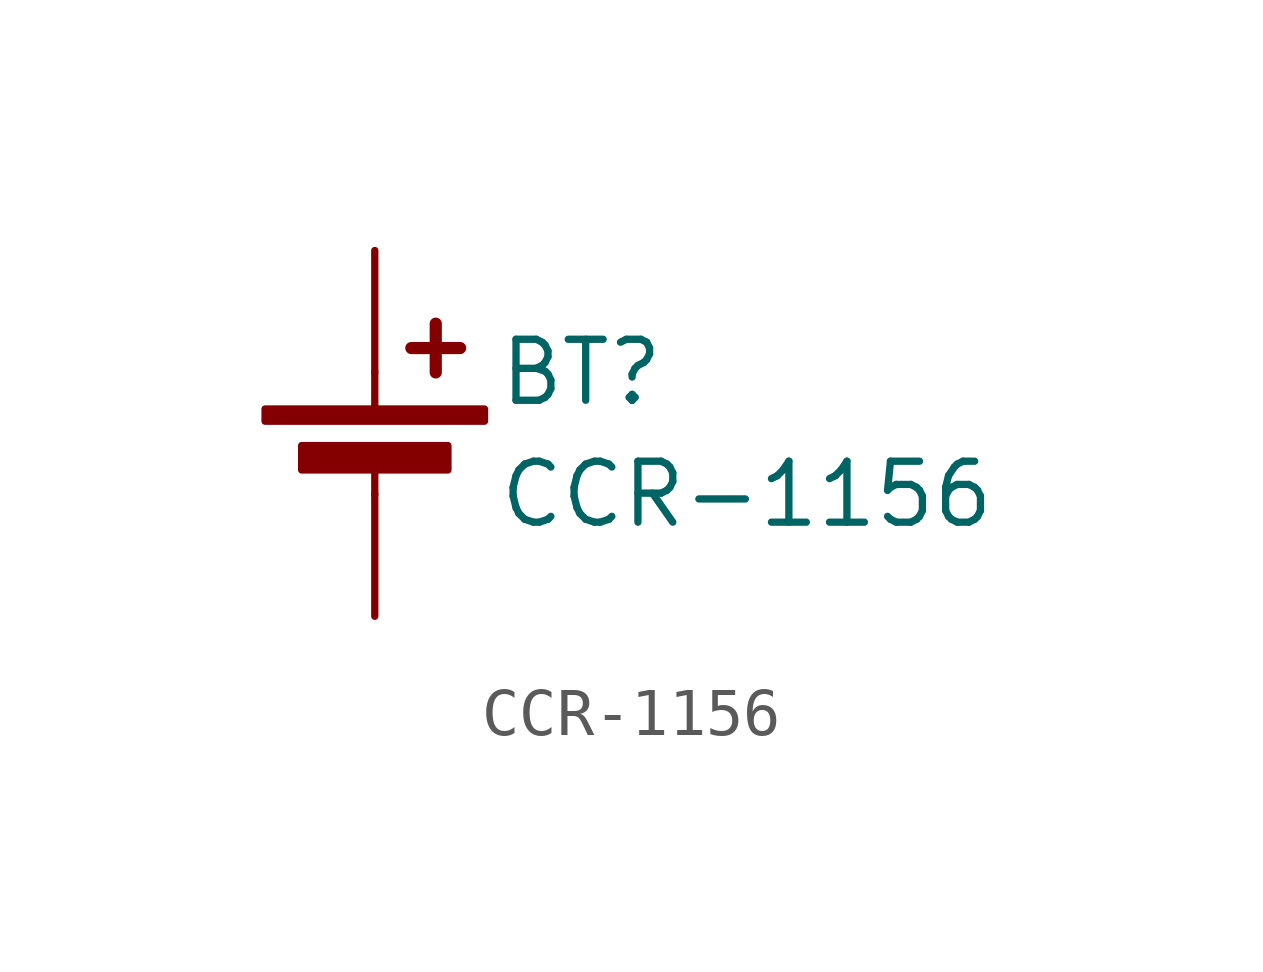
<source format=kicad_sym>
(kicad_symbol_lib
  (version 20230620)
  (generator kicad_symbol_editor)
  (symbol "CCR-1156"
    (pin_numbers hide)
    (pin_names
      (offset 0) hide)
    (property "Reference" "BT"
      (at 2.54 2.54 0)
      (effects (font (size 1.27 1.27)) (justify left)))
    (property "Value" "CCR-1156"
      (at 2.54 0 0)
      (effects (font (size 1.27 1.27)) (justify left)))
    (symbol "CCR-1156_0_1"
      (rectangle (start -2.286 1.778) (end 2.286 1.524) (stroke (width 0) (type default)) (fill (type outline)))
      (rectangle (start -1.524 1.016) (end 1.524 0.508) (stroke (width 0) (type default)) (fill (type outline)))
      (polyline (pts (xy 0 0.762) (xy 0 0)) (stroke (width 0) (type default)) (fill (type none)))
      (polyline (pts (xy 0 1.778) (xy 0 2.54)) (stroke (width 0) (type default)) (fill (type none)))
      (polyline (pts (xy 0.762 3.048) (xy 1.778 3.048)) (stroke (width 0.254) (type default)) (fill (type none)))
      (polyline (pts (xy 1.27 3.556) (xy 1.27 2.54)) (stroke (width 0.254) (type default)) (fill (type none))))
    (symbol "CCR-1156_1_1"
      (pin passive line (at 0 5.08 270) (length 2.54) (name "+" (effects (font (size 1.27 1.27)))) (number "1" (effects (font (size 1.27 1.27)))))
      (pin passive line (at 0 -2.54 90) (length 2.54) (name "-" (effects (font (size 1.27 1.27)))) (number "2" (effects (font (size 1.27 1.27))))))))
</source>
